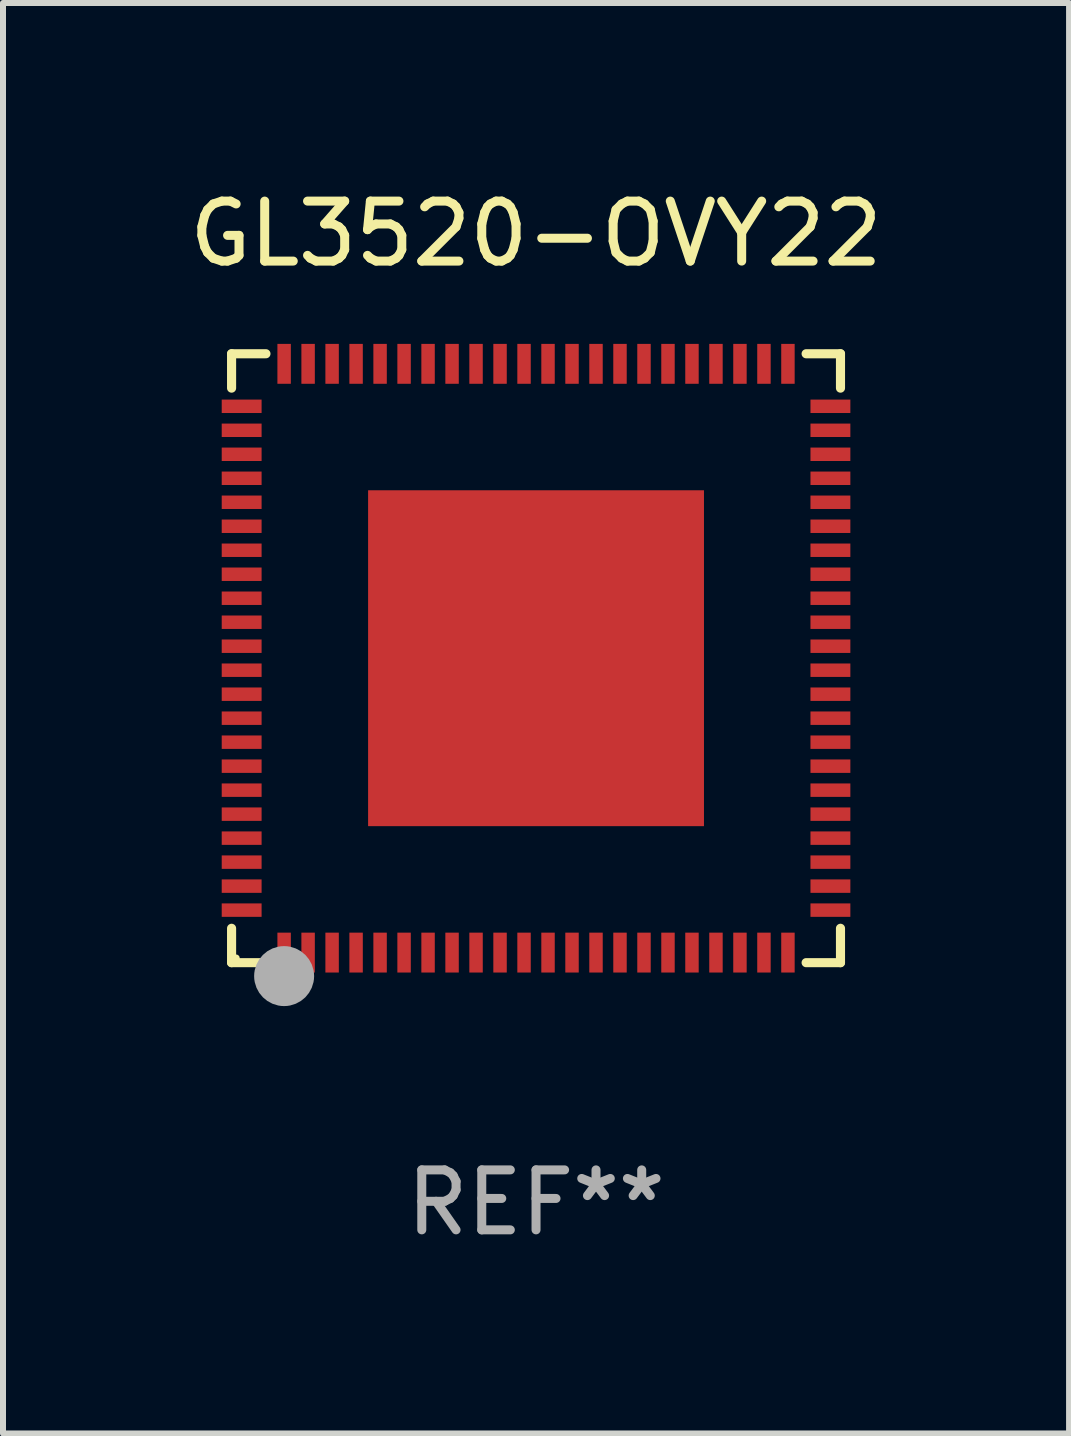
<source format=kicad_pcb>
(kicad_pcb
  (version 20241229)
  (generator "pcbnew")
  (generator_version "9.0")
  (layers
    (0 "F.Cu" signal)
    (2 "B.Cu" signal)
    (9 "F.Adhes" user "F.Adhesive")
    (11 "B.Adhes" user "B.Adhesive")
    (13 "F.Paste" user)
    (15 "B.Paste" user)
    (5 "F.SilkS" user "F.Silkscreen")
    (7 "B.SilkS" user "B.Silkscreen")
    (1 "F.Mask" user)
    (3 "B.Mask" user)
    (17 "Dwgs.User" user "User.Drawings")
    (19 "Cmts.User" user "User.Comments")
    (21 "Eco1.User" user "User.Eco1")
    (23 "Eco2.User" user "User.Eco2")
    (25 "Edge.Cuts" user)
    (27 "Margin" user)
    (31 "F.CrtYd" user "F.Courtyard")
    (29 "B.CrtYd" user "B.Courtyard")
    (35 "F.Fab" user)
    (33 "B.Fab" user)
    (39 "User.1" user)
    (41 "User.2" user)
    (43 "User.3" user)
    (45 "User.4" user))
  (footprint "GL3520-OVY22"
    (layer "F.Cu")
    (at 5.887 7.924)
    (property "Reference" "GL3520-OVY22" (at 0 -7.076 0) (layer "F.SilkS") (effects (font (size 1 1) (thickness 0.15))))
    (attr through_hole)
    (fp_line (start -5.076 -5.076) (end -4.503 -5.076) (stroke (width 0.152) (type solid)) (layer "F.SilkS"))
    (fp_line (start -5.076 -4.503) (end -5.076 -5.076) (stroke (width 0.152) (type solid)) (layer "F.SilkS"))
    (fp_line (start -5.076 4.503) (end -5.076 5.076) (stroke (width 0.152) (type solid)) (layer "F.SilkS"))
    (fp_line (start -5.076 5.076) (end -4.503 5.076) (stroke (width 0.152) (type solid)) (layer "F.SilkS"))
    (fp_line (start 5.076 -5.076) (end 4.503 -5.076) (stroke (width 0.152) (type solid)) (layer "F.SilkS"))
    (fp_line (start 5.076 -4.503) (end 5.076 -5.076) (stroke (width 0.152) (type solid)) (layer "F.SilkS"))
    (fp_line (start 5.076 4.503) (end 5.076 5.076) (stroke (width 0.152) (type solid)) (layer "F.SilkS"))
    (fp_line (start 5.076 5.076) (end 4.503 5.076) (stroke (width 0.152) (type solid)) (layer "F.SilkS"))
    (fp_circle (center -5 5) (end -4.97 5) (stroke (width 0.06) (type solid)) (fill no) (layer "F.SilkS"))
    (fp_circle (center -4.2 5.54) (end -4.125 5.54) (stroke (width 0.15) (type solid)) (fill no) (layer "F.SilkS"))
    (fp_circle (center -4.2 5.3) (end -3.95 5.3) (stroke (width 0.5) (type solid)) (fill no) (layer "F.Fab"))
    (fp_text user "REF**" (at 0 9.076 0) (layer "F.Fab") (effects (font (size 1 1) (thickness 0.15))))
    (pad "1" smd rect (at -4.2 4.908) (size 0.224 0.665) (layers "F.Cu" "F.Mask" "F.Paste"))
    (pad "2" smd rect (at -3.8 4.908) (size 0.224 0.665) (layers "F.Cu" "F.Mask" "F.Paste"))
    (pad "3" smd rect (at -3.4 4.908) (size 0.224 0.665) (layers "F.Cu" "F.Mask" "F.Paste"))
    (pad "4" smd rect (at -3 4.908) (size 0.224 0.665) (layers "F.Cu" "F.Mask" "F.Paste"))
    (pad "5" smd rect (at -2.6 4.908) (size 0.224 0.665) (layers "F.Cu" "F.Mask" "F.Paste"))
    (pad "6" smd rect (at -2.2 4.908) (size 0.224 0.665) (layers "F.Cu" "F.Mask" "F.Paste"))
    (pad "7" smd rect (at -1.8 4.908) (size 0.224 0.665) (layers "F.Cu" "F.Mask" "F.Paste"))
    (pad "8" smd rect (at -1.4 4.908) (size 0.224 0.665) (layers "F.Cu" "F.Mask" "F.Paste"))
    (pad "9" smd rect (at -1 4.908) (size 0.224 0.665) (layers "F.Cu" "F.Mask" "F.Paste"))
    (pad "10" smd rect (at -0.6 4.908) (size 0.224 0.665) (layers "F.Cu" "F.Mask" "F.Paste"))
    (pad "11" smd rect (at -0.2 4.908) (size 0.224 0.665) (layers "F.Cu" "F.Mask" "F.Paste"))
    (pad "12" smd rect (at 0.2 4.908) (size 0.224 0.665) (layers "F.Cu" "F.Mask" "F.Paste"))
    (pad "13" smd rect (at 0.6 4.908) (size 0.224 0.665) (layers "F.Cu" "F.Mask" "F.Paste"))
    (pad "14" smd rect (at 1 4.908) (size 0.224 0.665) (layers "F.Cu" "F.Mask" "F.Paste"))
    (pad "15" smd rect (at 1.4 4.908) (size 0.224 0.665) (layers "F.Cu" "F.Mask" "F.Paste"))
    (pad "16" smd rect (at 1.8 4.908) (size 0.224 0.665) (layers "F.Cu" "F.Mask" "F.Paste"))
    (pad "17" smd rect (at 2.2 4.908) (size 0.224 0.665) (layers "F.Cu" "F.Mask" "F.Paste"))
    (pad "18" smd rect (at 2.6 4.908) (size 0.224 0.665) (layers "F.Cu" "F.Mask" "F.Paste"))
    (pad "19" smd rect (at 3 4.908) (size 0.224 0.665) (layers "F.Cu" "F.Mask" "F.Paste"))
    (pad "20" smd rect (at 3.4 4.908) (size 0.224 0.665) (layers "F.Cu" "F.Mask" "F.Paste"))
    (pad "21" smd rect (at 3.8 4.908) (size 0.224 0.665) (layers "F.Cu" "F.Mask" "F.Paste"))
    (pad "22" smd rect (at 4.2 4.908) (size 0.224 0.665) (layers "F.Cu" "F.Mask" "F.Paste"))
    (pad "23" smd rect (at 4.908 4.2) (size 0.665 0.224) (layers "F.Cu" "F.Mask" "F.Paste"))
    (pad "24" smd rect (at 4.908 3.8) (size 0.665 0.224) (layers "F.Cu" "F.Mask" "F.Paste"))
    (pad "25" smd rect (at 4.908 3.4) (size 0.665 0.224) (layers "F.Cu" "F.Mask" "F.Paste"))
    (pad "26" smd rect (at 4.908 3) (size 0.665 0.224) (layers "F.Cu" "F.Mask" "F.Paste"))
    (pad "27" smd rect (at 4.908 2.6) (size 0.665 0.224) (layers "F.Cu" "F.Mask" "F.Paste"))
    (pad "28" smd rect (at 4.908 2.2) (size 0.665 0.224) (layers "F.Cu" "F.Mask" "F.Paste"))
    (pad "29" smd rect (at 4.908 1.8) (size 0.665 0.224) (layers "F.Cu" "F.Mask" "F.Paste"))
    (pad "30" smd rect (at 4.908 1.4) (size 0.665 0.224) (layers "F.Cu" "F.Mask" "F.Paste"))
    (pad "31" smd rect (at 4.908 1) (size 0.665 0.224) (layers "F.Cu" "F.Mask" "F.Paste"))
    (pad "32" smd rect (at 4.908 0.6) (size 0.665 0.224) (layers "F.Cu" "F.Mask" "F.Paste"))
    (pad "33" smd rect (at 4.908 0.2) (size 0.665 0.224) (layers "F.Cu" "F.Mask" "F.Paste"))
    (pad "34" smd rect (at 4.908 -0.2) (size 0.665 0.224) (layers "F.Cu" "F.Mask" "F.Paste"))
    (pad "35" smd rect (at 4.908 -0.6) (size 0.665 0.224) (layers "F.Cu" "F.Mask" "F.Paste"))
    (pad "36" smd rect (at 4.908 -1) (size 0.665 0.224) (layers "F.Cu" "F.Mask" "F.Paste"))
    (pad "37" smd rect (at 4.908 -1.4) (size 0.665 0.224) (layers "F.Cu" "F.Mask" "F.Paste"))
    (pad "38" smd rect (at 4.908 -1.8) (size 0.665 0.224) (layers "F.Cu" "F.Mask" "F.Paste"))
    (pad "39" smd rect (at 4.908 -2.2) (size 0.665 0.224) (layers "F.Cu" "F.Mask" "F.Paste"))
    (pad "40" smd rect (at 4.908 -2.6) (size 0.665 0.224) (layers "F.Cu" "F.Mask" "F.Paste"))
    (pad "41" smd rect (at 4.908 -3) (size 0.665 0.224) (layers "F.Cu" "F.Mask" "F.Paste"))
    (pad "42" smd rect (at 4.908 -3.4) (size 0.665 0.224) (layers "F.Cu" "F.Mask" "F.Paste"))
    (pad "43" smd rect (at 4.908 -3.8) (size 0.665 0.224) (layers "F.Cu" "F.Mask" "F.Paste"))
    (pad "44" smd rect (at 4.908 -4.2) (size 0.665 0.224) (layers "F.Cu" "F.Mask" "F.Paste"))
    (pad "45" smd rect (at 4.2 -4.908) (size 0.224 0.665) (layers "F.Cu" "F.Mask" "F.Paste"))
    (pad "46" smd rect (at 3.8 -4.908) (size 0.224 0.665) (layers "F.Cu" "F.Mask" "F.Paste"))
    (pad "47" smd rect (at 3.4 -4.908) (size 0.224 0.665) (layers "F.Cu" "F.Mask" "F.Paste"))
    (pad "48" smd rect (at 3 -4.908) (size 0.224 0.665) (layers "F.Cu" "F.Mask" "F.Paste"))
    (pad "49" smd rect (at 2.6 -4.908) (size 0.224 0.665) (layers "F.Cu" "F.Mask" "F.Paste"))
    (pad "50" smd rect (at 2.2 -4.908) (size 0.224 0.665) (layers "F.Cu" "F.Mask" "F.Paste"))
    (pad "51" smd rect (at 1.8 -4.908) (size 0.224 0.665) (layers "F.Cu" "F.Mask" "F.Paste"))
    (pad "52" smd rect (at 1.4 -4.908) (size 0.224 0.665) (layers "F.Cu" "F.Mask" "F.Paste"))
    (pad "53" smd rect (at 1 -4.908) (size 0.224 0.665) (layers "F.Cu" "F.Mask" "F.Paste"))
    (pad "54" smd rect (at 0.6 -4.908) (size 0.224 0.665) (layers "F.Cu" "F.Mask" "F.Paste"))
    (pad "55" smd rect (at 0.2 -4.908) (size 0.224 0.665) (layers "F.Cu" "F.Mask" "F.Paste"))
    (pad "56" smd rect (at -0.2 -4.908) (size 0.224 0.665) (layers "F.Cu" "F.Mask" "F.Paste"))
    (pad "57" smd rect (at -0.6 -4.908) (size 0.224 0.665) (layers "F.Cu" "F.Mask" "F.Paste"))
    (pad "58" smd rect (at -1 -4.908) (size 0.224 0.665) (layers "F.Cu" "F.Mask" "F.Paste"))
    (pad "59" smd rect (at -1.4 -4.908) (size 0.224 0.665) (layers "F.Cu" "F.Mask" "F.Paste"))
    (pad "60" smd rect (at -1.8 -4.908) (size 0.224 0.665) (layers "F.Cu" "F.Mask" "F.Paste"))
    (pad "61" smd rect (at -2.2 -4.908) (size 0.224 0.665) (layers "F.Cu" "F.Mask" "F.Paste"))
    (pad "62" smd rect (at -2.6 -4.908) (size 0.224 0.665) (layers "F.Cu" "F.Mask" "F.Paste"))
    (pad "63" smd rect (at -3 -4.908) (size 0.224 0.665) (layers "F.Cu" "F.Mask" "F.Paste"))
    (pad "64" smd rect (at -3.4 -4.908) (size 0.224 0.665) (layers "F.Cu" "F.Mask" "F.Paste"))
    (pad "65" smd rect (at -3.8 -4.908) (size 0.224 0.665) (layers "F.Cu" "F.Mask" "F.Paste"))
    (pad "66" smd rect (at -4.2 -4.908) (size 0.224 0.665) (layers "F.Cu" "F.Mask" "F.Paste"))
    (pad "67" smd rect (at -4.908 -4.2) (size 0.665 0.224) (layers "F.Cu" "F.Mask" "F.Paste"))
    (pad "68" smd rect (at -4.908 -3.8) (size 0.665 0.224) (layers "F.Cu" "F.Mask" "F.Paste"))
    (pad "69" smd rect (at -4.908 -3.4) (size 0.665 0.224) (layers "F.Cu" "F.Mask" "F.Paste"))
    (pad "70" smd rect (at -4.908 -3) (size 0.665 0.224) (layers "F.Cu" "F.Mask" "F.Paste"))
    (pad "71" smd rect (at -4.908 -2.6) (size 0.665 0.224) (layers "F.Cu" "F.Mask" "F.Paste"))
    (pad "72" smd rect (at -4.908 -2.2) (size 0.665 0.224) (layers "F.Cu" "F.Mask" "F.Paste"))
    (pad "73" smd rect (at -4.908 -1.8) (size 0.665 0.224) (layers "F.Cu" "F.Mask" "F.Paste"))
    (pad "74" smd rect (at -4.908 -1.4) (size 0.665 0.224) (layers "F.Cu" "F.Mask" "F.Paste"))
    (pad "75" smd rect (at -4.908 -1) (size 0.665 0.224) (layers "F.Cu" "F.Mask" "F.Paste"))
    (pad "76" smd rect (at -4.908 -0.6) (size 0.665 0.224) (layers "F.Cu" "F.Mask" "F.Paste"))
    (pad "77" smd rect (at -4.908 -0.2) (size 0.665 0.224) (layers "F.Cu" "F.Mask" "F.Paste"))
    (pad "78" smd rect (at -4.908 0.2) (size 0.665 0.224) (layers "F.Cu" "F.Mask" "F.Paste"))
    (pad "79" smd rect (at -4.908 0.6) (size 0.665 0.224) (layers "F.Cu" "F.Mask" "F.Paste"))
    (pad "80" smd rect (at -4.908 1) (size 0.665 0.224) (layers "F.Cu" "F.Mask" "F.Paste"))
    (pad "81" smd rect (at -4.908 1.4) (size 0.665 0.224) (layers "F.Cu" "F.Mask" "F.Paste"))
    (pad "82" smd rect (at -4.908 1.8) (size 0.665 0.224) (layers "F.Cu" "F.Mask" "F.Paste"))
    (pad "83" smd rect (at -4.908 2.2) (size 0.665 0.224) (layers "F.Cu" "F.Mask" "F.Paste"))
    (pad "84" smd rect (at -4.908 2.6) (size 0.665 0.224) (layers "F.Cu" "F.Mask" "F.Paste"))
    (pad "85" smd rect (at -4.908 3) (size 0.665 0.224) (layers "F.Cu" "F.Mask" "F.Paste"))
    (pad "86" smd rect (at -4.908 3.4) (size 0.665 0.224) (layers "F.Cu" "F.Mask" "F.Paste"))
    (pad "87" smd rect (at -4.908 3.8) (size 0.665 0.224) (layers "F.Cu" "F.Mask" "F.Paste"))
    (pad "88" smd rect (at -4.908 4.2) (size 0.665 0.224) (layers "F.Cu" "F.Mask" "F.Paste"))
    (pad "89" smd rect (at 0 0) (size 5.6 5.6) (layers "F.Cu" "F.Mask" "F.Paste")))
  (gr_rect
    (start -3 -3)
    (end 14.774 20.849)
    (stroke (width 0.1) (type default))
    (fill no)
    (layer "Edge.Cuts")))
</source>
